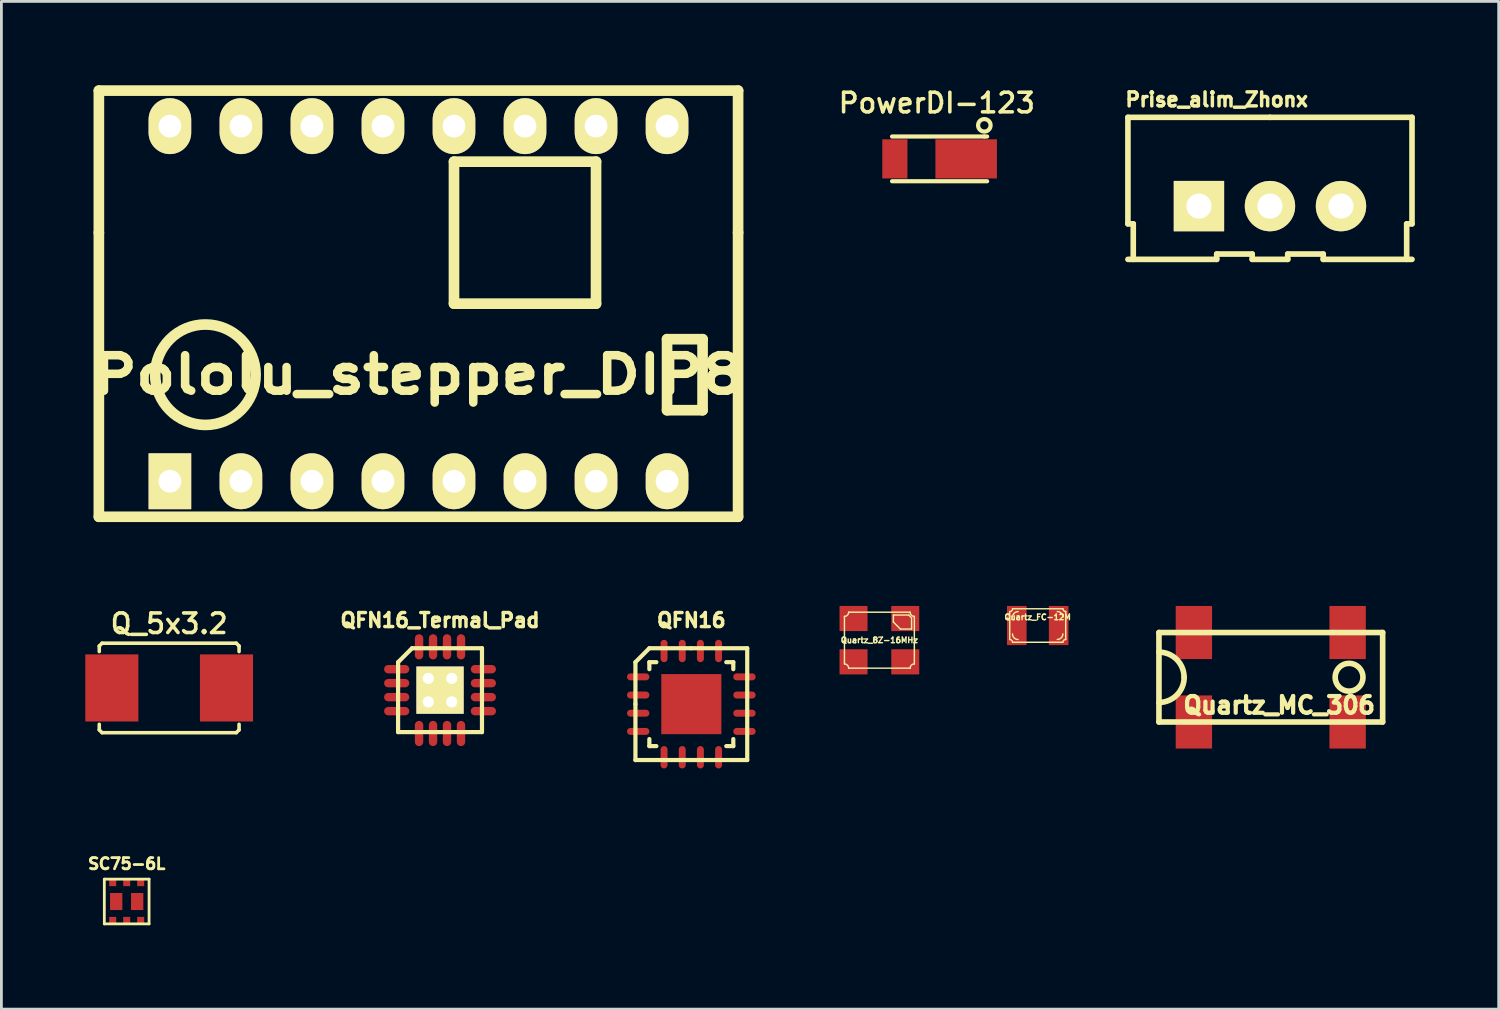
<source format=kicad_pcb>
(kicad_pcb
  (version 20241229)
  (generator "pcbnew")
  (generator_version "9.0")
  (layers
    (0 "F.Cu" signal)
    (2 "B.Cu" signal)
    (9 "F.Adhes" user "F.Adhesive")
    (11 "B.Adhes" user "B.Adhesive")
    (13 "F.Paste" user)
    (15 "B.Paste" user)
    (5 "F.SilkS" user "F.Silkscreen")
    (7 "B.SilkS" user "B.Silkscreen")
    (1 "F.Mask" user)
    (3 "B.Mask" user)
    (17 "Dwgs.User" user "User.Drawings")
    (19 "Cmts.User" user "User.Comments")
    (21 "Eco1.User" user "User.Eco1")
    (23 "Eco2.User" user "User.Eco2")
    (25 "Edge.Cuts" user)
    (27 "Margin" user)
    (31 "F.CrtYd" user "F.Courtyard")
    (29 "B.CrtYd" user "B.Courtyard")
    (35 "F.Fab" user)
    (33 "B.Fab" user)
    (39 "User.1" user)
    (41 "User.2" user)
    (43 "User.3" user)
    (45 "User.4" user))
  (footprint "Quartz_FC-12M"
    (layer "F.Cu")
    (at 34.062 19.321)
    (property "Reference" "Quartz_FC-12M" (at 0 -0.3 0) (layer "F.SilkS") (effects (font (size 0.201 0.201) (thickness 0.051))))
    (attr through_hole)
    (fp_line (start -1.001 0.5) (end -1.001 -0.5) (stroke (width 0.051) (type solid)) (layer "F.SilkS"))
    (fp_line (start -0.899 -0.599) (end 0.899 -0.599) (stroke (width 0.051) (type solid)) (layer "F.SilkS"))
    (fp_line (start 0.899 0.599) (end -0.899 0.599) (stroke (width 0.051) (type solid)) (layer "F.SilkS"))
    (fp_line (start 1.001 -0.5) (end 1.001 0.5) (stroke (width 0.051) (type solid)) (layer "F.SilkS"))
    (fp_arc (start -1.00076 0.50038) (mid -0.930714 0.529394) (end -0.9017 0.59944) (stroke (width 0.0508) (type solid)) (layer "F.SilkS"))
    (fp_arc (start -0.89916 -0.59944) (mid -0.928918 -0.527598) (end -1.00076 -0.49784) (stroke (width 0.0508) (type solid)) (layer "F.SilkS"))
    (fp_arc (start -0.89916 -0.29972) (mid -0.841132 -0.439812) (end -0.70104 -0.49784) (stroke (width 0.0508) (type solid)) (layer "F.SilkS"))
    (fp_arc (start -0.70104 0.50038) (mid -0.842928 0.441608) (end -0.9017 0.29972) (stroke (width 0.0508) (type solid)) (layer "F.SilkS"))
    (fp_arc (start 0.70104 -0.50038) (mid 0.842928 -0.441608) (end 0.9017 -0.29972) (stroke (width 0.0508) (type solid)) (layer "F.SilkS"))
    (fp_arc (start 0.89916 0.29972) (mid 0.841132 0.439812) (end 0.70104 0.49784) (stroke (width 0.0508) (type solid)) (layer "F.SilkS"))
    (fp_arc (start 0.89916 0.59944) (mid 0.928918 0.527598) (end 1.00076 0.49784) (stroke (width 0.0508) (type solid)) (layer "F.SilkS"))
    (fp_arc (start 1.00076 -0.50038) (mid 0.930714 -0.529394) (end 0.9017 -0.59944) (stroke (width 0.0508) (type solid)) (layer "F.SilkS"))
    (pad "1" smd rect (at -0.749 0) (size 0.701 1.4) (layers "F.Cu" "F.Mask" "F.Paste"))
    (pad "2" smd rect (at 0.749 0) (size 0.701 1.4) (layers "F.Cu" "F.Mask" "F.Paste")))
  (footprint "QFN16_Termal_Pad"
    (layer "F.Cu")
    (at 12.687 21.632)
    (property "Reference" "QFN16_Termal_Pad" (at 0 -2.5 0) (layer "F.SilkS") (effects (font (size 0.5 0.5) (thickness 0.124))))
    (attr through_hole)
    (fp_line (start -1.5 -1) (end -1.5 1.5) (stroke (width 0.15) (type solid)) (layer "F.SilkS"))
    (fp_line (start -1.5 1.5) (end 1.5 1.5) (stroke (width 0.15) (type solid)) (layer "F.SilkS"))
    (fp_line (start -1 -1.5) (end -1.5 -1) (stroke (width 0.15) (type solid)) (layer "F.SilkS"))
    (fp_line (start 1.5 -1.5) (end -1 -1.5) (stroke (width 0.15) (type solid)) (layer "F.SilkS"))
    (fp_line (start 1.5 1.5) (end 1.5 -1.5) (stroke (width 0.15) (type solid)) (layer "F.SilkS"))
    (pad "1" smd oval (at -1.55 -0.75) (size 0.9 0.3) (layers "F.Cu" "F.Mask" "F.Paste"))
    (pad "2" smd oval (at -1.55 -0.25) (size 0.9 0.3) (layers "F.Cu" "F.Mask" "F.Paste"))
    (pad "3" smd oval (at -1.55 0.25) (size 0.9 0.3) (layers "F.Cu" "F.Mask" "F.Paste"))
    (pad "4" smd oval (at -1.55 0.75) (size 0.9 0.3) (layers "F.Cu" "F.Mask" "F.Paste"))
    (pad "5" smd oval (at -0.75 1.55 90) (size 0.9 0.3) (layers "F.Cu" "F.Mask" "F.Paste"))
    (pad "6" smd oval (at -0.25 1.55 90) (size 0.9 0.3) (layers "F.Cu" "F.Mask" "F.Paste"))
    (pad "7" smd oval (at 0.25 1.55 90) (size 0.9 0.3) (layers "F.Cu" "F.Mask" "F.Paste"))
    (pad "8" smd oval (at 0.75 1.55 90) (size 0.9 0.3) (layers "F.Cu" "F.Mask" "F.Paste"))
    (pad "9" smd oval (at 1.55 0.75 180) (size 0.9 0.3) (layers "F.Cu" "F.Mask" "F.Paste"))
    (pad "10" smd oval (at 1.55 0.25 180) (size 0.9 0.3) (layers "F.Cu" "F.Mask" "F.Paste"))
    (pad "11" smd oval (at 1.55 -0.25 180) (size 0.9 0.3) (layers "F.Cu" "F.Mask" "F.Paste"))
    (pad "12" smd oval (at 1.55 -0.75 180) (size 0.9 0.3) (layers "F.Cu" "F.Mask" "F.Paste"))
    (pad "13" smd oval (at 0.75 -1.55 270) (size 0.9 0.3) (layers "F.Cu" "F.Mask" "F.Paste"))
    (pad "14" smd oval (at 0.25 -1.55 270) (size 0.9 0.3) (layers "F.Cu" "F.Mask" "F.Paste"))
    (pad "15" smd oval (at -0.25 -1.55 270) (size 0.9 0.3) (layers "F.Cu" "F.Mask" "F.Paste"))
    (pad "16" smd oval (at -0.75 -1.55 270) (size 0.9 0.3) (layers "F.Cu" "F.Mask" "F.Paste"))
    (pad "17" thru_hole rect (at -0.42 -0.42 270) (size 0.85 0.85) (drill 0.4) (layers "*.Cu" "*.Mask" "F.SilkS"))
    (pad "17" thru_hole rect (at -0.42 0.42 270) (size 0.85 0.85) (drill 0.4) (layers "*.Cu" "*.Mask" "F.SilkS"))
    (pad "17" thru_hole rect (at 0.42 -0.42 270) (size 0.85 0.85) (drill 0.4) (layers "*.Cu" "*.Mask" "F.SilkS"))
    (pad "17" thru_hole rect (at 0.42 0.42 270) (size 0.85 0.85) (drill 0.4) (layers "*.Cu" "*.Mask" "F.SilkS")))
  (footprint "SC75-6L"
    (layer "F.Cu")
    (at 1.481 29.191)
    (property "Reference" "SC75-6L" (at 0 -1.35 0) (layer "F.SilkS") (effects (font (size 0.4 0.4) (thickness 0.1))))
    (attr through_hole)
    (fp_line (start -0.8 -0.8) (end 0.8 -0.8) (stroke (width 0.1) (type solid)) (layer "F.SilkS"))
    (fp_line (start -0.8 0.8) (end -0.8 -0.8) (stroke (width 0.1) (type solid)) (layer "F.SilkS"))
    (fp_line (start 0.8 -0.8) (end 0.8 0.8) (stroke (width 0.1) (type solid)) (layer "F.SilkS"))
    (fp_line (start 0.8 0.8) (end -0.8 0.8) (stroke (width 0.1) (type solid)) (layer "F.SilkS"))
    (pad "1" smd rect (at -0.5 0.675) (size 0.25 0.25) (layers "F.Cu" "F.Mask" "F.Paste"))
    (pad "2" smd rect (at 0 0.675) (size 0.25 0.25) (layers "F.Cu" "F.Mask" "F.Paste"))
    (pad "3" smd rect (at 0.375 0) (size 0.44 0.61) (layers "F.Cu" "F.Mask" "F.Paste"))
    (pad "3" smd rect (at 0.5 0.675) (size 0.25 0.25) (layers "F.Cu" "F.Mask" "F.Paste"))
    (pad "4" smd rect (at 0.5 -0.675) (size 0.25 0.25) (layers "F.Cu" "F.Mask" "F.Paste"))
    (pad "5" smd rect (at 0 -0.675) (size 0.25 0.25) (layers "F.Cu" "F.Mask" "F.Paste"))
    (pad "6" smd rect (at -0.5 -0.675) (size 0.25 0.25) (layers "F.Cu" "F.Mask" "F.Paste"))
    (pad "6" smd rect (at -0.375 0) (size 0.44 0.61) (layers "F.Cu" "F.Mask" "F.Paste")))
  (footprint "PowerDI-123"
    (layer "F.Cu")
    (at 30.653 2.632)
    (property "Reference" "PowerDI-123" (at -0.2 -2 0) (layer "F.SilkS") (effects (font (size 0.7 0.7) (thickness 0.127))))
    (attr through_hole)
    (fp_line (start -1.8 -0.8) (end 1.5 -0.8) (stroke (width 0.15) (type solid)) (layer "F.SilkS"))
    (fp_line (start 1.5 -0.8) (end 1.6 -0.8) (stroke (width 0.15) (type solid)) (layer "F.SilkS"))
    (fp_line (start 1.6 0.8) (end -1.8 0.8) (stroke (width 0.15) (type solid)) (layer "F.SilkS"))
    (fp_circle (center 1.5 -1.2) (end 1.6 -1.4) (stroke (width 0.15) (type solid)) (fill no) (layer "F.SilkS"))
    (pad "1" smd rect (at -1.7 0) (size 0.9 1.4) (layers "F.Cu" "F.Mask" "F.Paste"))
    (pad "2" smd rect (at 0.85 0) (size 2.2 1.4) (layers "F.Cu" "F.Mask" "F.Paste")))
  (footprint "Quartz_8Z-16MHz"
    (layer "F.Cu")
    (at 28.4 19.845)
    (property "Reference" "Quartz_8Z-16MHz" (at 0 0 0) (layer "F.SilkS") (effects (font (size 0.201 0.201) (thickness 0.051))))
    (attr through_hole)
    (fp_line (start -1.25 0.851) (end -1.25 -0.851) (stroke (width 0.051) (type solid)) (layer "F.SilkS"))
    (fp_line (start -1.1 -1.001) (end 1.1 -1.001) (stroke (width 0.051) (type solid)) (layer "F.SilkS"))
    (fp_line (start 0.5 -0.899) (end 0.5 -0.65) (stroke (width 0.051) (type solid)) (layer "F.SilkS"))
    (fp_line (start 0.5 -0.65) (end 0.749 -0.399) (stroke (width 0.051) (type solid)) (layer "F.SilkS"))
    (fp_line (start 0.749 -0.399) (end 1.151 -0.399) (stroke (width 0.051) (type solid)) (layer "F.SilkS"))
    (fp_line (start 1.049 -0.899) (end 0.5 -0.899) (stroke (width 0.051) (type solid)) (layer "F.SilkS"))
    (fp_line (start 1.1 1.001) (end -1.1 1.001) (stroke (width 0.051) (type solid)) (layer "F.SilkS"))
    (fp_line (start 1.151 -0.8) (end 1.049 -0.899) (stroke (width 0.051) (type solid)) (layer "F.SilkS"))
    (fp_line (start 1.151 -0.399) (end 1.151 -0.8) (stroke (width 0.051) (type solid)) (layer "F.SilkS"))
    (fp_line (start 1.25 -0.851) (end 1.25 0.851) (stroke (width 0.051) (type solid)) (layer "F.SilkS"))
    (fp_arc (start -1.24968 0.8509) (mid -1.143713 0.894793) (end -1.09982 1.00076) (stroke (width 0.0508) (type solid)) (layer "F.SilkS"))
    (fp_arc (start -1.09982 -1.00076) (mid -1.143713 -0.894793) (end -1.24968 -0.8509) (stroke (width 0.0508) (type solid)) (layer "F.SilkS"))
    (fp_arc (start 1.09982 1.00076) (mid 1.143713 0.894793) (end 1.24968 0.8509) (stroke (width 0.0508) (type solid)) (layer "F.SilkS"))
    (fp_arc (start 1.24968 -0.8509) (mid 1.143713 -0.894793) (end 1.09982 -1.00076) (stroke (width 0.0508) (type solid)) (layer "F.SilkS"))
    (pad "1" smd rect (at -0.925 0.775) (size 1.001 0.899) (layers "F.Cu" "F.Mask" "F.Paste"))
    (pad "2" smd rect (at 0.925 0.775) (size 1.001 0.899) (layers "F.Cu" "F.Mask" "F.Paste"))
    (pad "3" smd rect (at 0.925 -0.775) (size 1.001 0.899) (layers "F.Cu" "F.Mask" "F.Paste"))
    (pad "4" smd rect (at -0.925 -0.775) (size 1.001 0.899) (layers "F.Cu" "F.Mask" "F.Paste")))
  (footprint "Prise_alim_Zhonx"
    (layer "F.Cu")
    (at 42.368 4.321)
    (property "Reference" "Prise_alim_Zhonx" (at -1.905 -3.81 0) (layer "F.SilkS") (effects (font (size 0.5 0.5) (thickness 0.124))))
    (attr through_hole)
    (fp_line (start -5.08 -3.175) (end 0 -3.175) (stroke (width 0.201) (type solid)) (layer "F.SilkS"))
    (fp_line (start -5.08 0.635) (end -5.08 -3.175) (stroke (width 0.201) (type solid)) (layer "F.SilkS"))
    (fp_line (start -5.08 0.635) (end -4.889 0.635) (stroke (width 0.201) (type solid)) (layer "F.SilkS"))
    (fp_line (start -5.08 1.905) (end -1.905 1.905) (stroke (width 0.201) (type solid)) (layer "F.SilkS"))
    (fp_line (start -4.889 0.635) (end -4.889 1.905) (stroke (width 0.201) (type solid)) (layer "F.SilkS"))
    (fp_line (start -1.905 1.714) (end -0.635 1.714) (stroke (width 0.201) (type solid)) (layer "F.SilkS"))
    (fp_line (start -1.905 1.905) (end -1.905 1.714) (stroke (width 0.201) (type solid)) (layer "F.SilkS"))
    (fp_line (start -0.635 1.714) (end -0.635 1.905) (stroke (width 0.201) (type solid)) (layer "F.SilkS"))
    (fp_line (start -0.635 1.905) (end 0.635 1.905) (stroke (width 0.201) (type solid)) (layer "F.SilkS"))
    (fp_line (start 0 -3.175) (end 5.08 -3.175) (stroke (width 0.201) (type solid)) (layer "F.SilkS"))
    (fp_line (start 0.635 1.714) (end 1.905 1.714) (stroke (width 0.201) (type solid)) (layer "F.SilkS"))
    (fp_line (start 0.635 1.905) (end 0.635 1.714) (stroke (width 0.201) (type solid)) (layer "F.SilkS"))
    (fp_line (start 1.905 1.714) (end 1.905 1.905) (stroke (width 0.201) (type solid)) (layer "F.SilkS"))
    (fp_line (start 1.905 1.905) (end 5.08 1.905) (stroke (width 0.201) (type solid)) (layer "F.SilkS"))
    (fp_line (start 4.889 0.635) (end 4.889 1.905) (stroke (width 0.201) (type solid)) (layer "F.SilkS"))
    (fp_line (start 5.08 0.635) (end 4.889 0.635) (stroke (width 0.201) (type solid)) (layer "F.SilkS"))
    (fp_line (start 5.08 0.635) (end 5.08 -3.175) (stroke (width 0.201) (type solid)) (layer "F.SilkS"))
    (pad "1" thru_hole rect (at -2.54 0) (size 1.801 1.801) (drill 0.899) (layers "*.Cu" "*.Mask" "F.SilkS"))
    (pad "2" thru_hole circle (at 0 0) (size 1.801 1.801) (drill 0.899) (layers "*.Cu" "*.Mask" "F.SilkS"))
    (pad "3" thru_hole circle (at 2.54 0) (size 1.801 1.801) (drill 0.899) (layers "*.Cu" "*.Mask" "F.SilkS")))
  (footprint "Q_5x3.2"
    (layer "F.Cu")
    (at 3 21.553)
    (property "Reference" "Q_5x3.2" (at 0 -2.3 0) (layer "F.SilkS") (effects (font (size 0.7 0.7) (thickness 0.127))))
    (attr through_hole)
    (fp_line (start -2.5 -1.5) (end -2.4 -1.6) (stroke (width 0.127) (type solid)) (layer "F.SilkS"))
    (fp_line (start -2.5 -1.3) (end -2.5 -1.5) (stroke (width 0.127) (type solid)) (layer "F.SilkS"))
    (fp_line (start -2.5 1.5) (end -2.5 1.3) (stroke (width 0.127) (type solid)) (layer "F.SilkS"))
    (fp_line (start -2.4 -1.6) (end 2.4 -1.6) (stroke (width 0.127) (type solid)) (layer "F.SilkS"))
    (fp_line (start -2.4 1.6) (end -2.5 1.5) (stroke (width 0.127) (type solid)) (layer "F.SilkS"))
    (fp_line (start 2.4 -1.6) (end 2.5 -1.5) (stroke (width 0.127) (type solid)) (layer "F.SilkS"))
    (fp_line (start 2.4 1.6) (end -2.4 1.6) (stroke (width 0.127) (type solid)) (layer "F.SilkS"))
    (fp_line (start 2.5 -1.5) (end 2.5 -1.3) (stroke (width 0.127) (type solid)) (layer "F.SilkS"))
    (fp_line (start 2.5 1.3) (end 2.5 1.5) (stroke (width 0.127) (type solid)) (layer "F.SilkS"))
    (fp_line (start 2.5 1.5) (end 2.4 1.6) (stroke (width 0.127) (type solid)) (layer "F.SilkS"))
    (pad "1" smd rect (at -2.05 0) (size 1.9 2.4) (layers "F.Cu" "F.Mask" "F.Paste"))
    (pad "2" smd rect (at 2.05 0) (size 1.9 2.4) (layers "F.Cu" "F.Mask" "F.Paste")))
  (footprint "QFN16"
    (layer "F.Cu")
    (at 21.674 22.132)
    (property "Reference" "QFN16" (at 0 -3 0) (layer "F.SilkS") (effects (font (size 0.5 0.5) (thickness 0.124))))
    (attr through_hole)
    (fp_line (start -1.999 -1.501) (end -1.501 -1.999) (stroke (width 0.15) (type solid)) (layer "F.SilkS"))
    (fp_line (start -1.999 0) (end -1.999 -1.501) (stroke (width 0.15) (type solid)) (layer "F.SilkS"))
    (fp_line (start -1.999 1.999) (end -1.999 0) (stroke (width 0.15) (type solid)) (layer "F.SilkS"))
    (fp_line (start -1.501 -1.999) (end 0 -1.999) (stroke (width 0.15) (type solid)) (layer "F.SilkS"))
    (fp_line (start -1.501 -1.501) (end -1.25 -1.501) (stroke (width 0.15) (type solid)) (layer "F.SilkS"))
    (fp_line (start -1.501 -1.25) (end -1.501 -1.501) (stroke (width 0.15) (type solid)) (layer "F.SilkS"))
    (fp_line (start -1.501 1.25) (end -1.501 1.501) (stroke (width 0.15) (type solid)) (layer "F.SilkS"))
    (fp_line (start -1.501 1.501) (end -1.25 1.501) (stroke (width 0.15) (type solid)) (layer "F.SilkS"))
    (fp_line (start 0 -1.999) (end 1.999 -1.999) (stroke (width 0.15) (type solid)) (layer "F.SilkS"))
    (fp_line (start 1.25 1.501) (end 1.501 1.501) (stroke (width 0.15) (type solid)) (layer "F.SilkS"))
    (fp_line (start 1.501 -1.501) (end 1.25 -1.501) (stroke (width 0.15) (type solid)) (layer "F.SilkS"))
    (fp_line (start 1.501 -1.25) (end 1.501 -1.501) (stroke (width 0.15) (type solid)) (layer "F.SilkS"))
    (fp_line (start 1.501 1.501) (end 1.501 1.25) (stroke (width 0.15) (type solid)) (layer "F.SilkS"))
    (fp_line (start 1.999 -1.999) (end 1.999 1.999) (stroke (width 0.15) (type solid)) (layer "F.SilkS"))
    (fp_line (start 1.999 1.999) (end -1.999 1.999) (stroke (width 0.15) (type solid)) (layer "F.SilkS"))
    (pad "1" smd oval (at -1.9 -0.975) (size 0.8 0.249) (layers "F.Cu" "F.Mask" "F.Paste"))
    (pad "2" smd oval (at -1.9 -0.325) (size 0.8 0.249) (layers "F.Cu" "F.Mask" "F.Paste"))
    (pad "3" smd oval (at -1.9 0.325) (size 0.8 0.249) (layers "F.Cu" "F.Mask" "F.Paste"))
    (pad "4" smd oval (at -1.9 0.975) (size 0.8 0.249) (layers "F.Cu" "F.Mask" "F.Paste"))
    (pad "5" smd oval (at -0.975 1.9 90) (size 0.8 0.249) (layers "F.Cu" "F.Mask" "F.Paste"))
    (pad "6" smd oval (at -0.325 1.9 90) (size 0.8 0.249) (layers "F.Cu" "F.Mask" "F.Paste"))
    (pad "7" smd oval (at 0.325 1.9 90) (size 0.8 0.249) (layers "F.Cu" "F.Mask" "F.Paste"))
    (pad "8" smd oval (at 0.975 1.9 90) (size 0.8 0.249) (layers "F.Cu" "F.Mask" "F.Paste"))
    (pad "9" smd oval (at 1.9 0.975 180) (size 0.8 0.249) (layers "F.Cu" "F.Mask" "F.Paste"))
    (pad "10" smd oval (at 1.9 0.325 180) (size 0.8 0.249) (layers "F.Cu" "F.Mask" "F.Paste"))
    (pad "11" smd oval (at 1.9 -0.325 180) (size 0.8 0.249) (layers "F.Cu" "F.Mask" "F.Paste"))
    (pad "12" smd oval (at 1.9 -0.975 180) (size 0.8 0.249) (layers "F.Cu" "F.Mask" "F.Paste"))
    (pad "13" smd oval (at 0.975 -1.9 270) (size 0.8 0.249) (layers "F.Cu" "F.Mask" "F.Paste"))
    (pad "14" smd oval (at 0.325 -1.9 270) (size 0.8 0.249) (layers "F.Cu" "F.Mask" "F.Paste"))
    (pad "15" smd oval (at -0.325 -1.9 270) (size 0.8 0.249) (layers "F.Cu" "F.Mask" "F.Paste"))
    (pad "16" smd oval (at -0.975 -1.9 270) (size 0.8 0.249) (layers "F.Cu" "F.Mask" "F.Paste"))
    (pad "17" smd rect (at 0 0 270) (size 2.149 2.149) (layers "F.Cu" "F.Mask" "F.Paste")))
  (footprint "Pololu_stepper_DIP8"
    (layer "F.Cu")
    (at 11.916 10.351)
    (property "Reference" "Pololu_stepper_DIP8" (at 0 0 0) (layer "F.SilkS") (effects (font (size 1.27 1.524) (thickness 0.305))))
    (attr through_hole)
    (fp_line (start -11.43 -10.16) (end 11.43 -10.16) (stroke (width 0.381) (type solid)) (layer "F.SilkS"))
    (fp_line (start -11.43 -5.08) (end -11.43 -10.16) (stroke (width 0.381) (type solid)) (layer "F.SilkS"))
    (fp_line (start -11.43 -5.08) (end -11.43 5.08) (stroke (width 0.381) (type solid)) (layer "F.SilkS"))
    (fp_line (start -11.43 5.08) (end 11.43 5.08) (stroke (width 0.381) (type solid)) (layer "F.SilkS"))
    (fp_line (start 1.27 -7.62) (end 1.27 -2.54) (stroke (width 0.381) (type solid)) (layer "F.SilkS"))
    (fp_line (start 1.27 -2.54) (end 6.35 -2.54) (stroke (width 0.381) (type solid)) (layer "F.SilkS"))
    (fp_line (start 6.35 -7.62) (end 1.27 -7.62) (stroke (width 0.381) (type solid)) (layer "F.SilkS"))
    (fp_line (start 6.35 -2.54) (end 6.35 -7.62) (stroke (width 0.381) (type solid)) (layer "F.SilkS"))
    (fp_line (start 8.89 -1.27) (end 8.89 1.27) (stroke (width 0.381) (type solid)) (layer "F.SilkS"))
    (fp_line (start 8.89 1.27) (end 10.16 1.27) (stroke (width 0.381) (type solid)) (layer "F.SilkS"))
    (fp_line (start 10.16 -1.27) (end 8.89 -1.27) (stroke (width 0.381) (type solid)) (layer "F.SilkS"))
    (fp_line (start 10.16 1.27) (end 10.16 -1.27) (stroke (width 0.381) (type solid)) (layer "F.SilkS"))
    (fp_line (start 11.43 -10.16) (end 11.43 -5.08) (stroke (width 0.381) (type solid)) (layer "F.SilkS"))
    (fp_line (start 11.43 5.08) (end 11.43 -5.08) (stroke (width 0.381) (type solid)) (layer "F.SilkS"))
    (fp_circle (center -7.62 0) (end -6.35 -1.27) (stroke (width 0.381) (type solid)) (fill no) (layer "F.SilkS"))
    (pad "1" thru_hole rect (at -8.89 3.81) (size 1.524 1.999) (drill 0.813) (layers "*.Cu" "*.Mask" "F.SilkS"))
    (pad "2" thru_hole oval (at -6.35 3.81) (size 1.524 1.999) (drill 0.813) (layers "*.Cu" "*.Mask" "F.SilkS"))
    (pad "3" thru_hole oval (at -3.81 3.81) (size 1.524 1.999) (drill 0.813) (layers "*.Cu" "*.Mask" "F.SilkS"))
    (pad "4" thru_hole oval (at -1.27 3.81) (size 1.524 1.999) (drill 0.813) (layers "*.Cu" "*.Mask" "F.SilkS"))
    (pad "5" thru_hole oval (at 1.27 3.81) (size 1.524 1.999) (drill 0.813) (layers "*.Cu" "*.Mask" "F.SilkS"))
    (pad "6" thru_hole oval (at 3.81 3.81) (size 1.524 1.999) (drill 0.813) (layers "*.Cu" "*.Mask" "F.SilkS"))
    (pad "7" thru_hole oval (at 6.35 3.81) (size 1.524 1.999) (drill 0.813) (layers "*.Cu" "*.Mask" "F.SilkS"))
    (pad "8" thru_hole oval (at 8.89 3.81) (size 1.524 1.999) (drill 0.813) (layers "*.Cu" "*.Mask" "F.SilkS"))
    (pad "9" thru_hole oval (at 8.89 -8.89) (size 1.524 1.999) (drill 0.813) (layers "*.Cu" "*.Mask" "F.SilkS"))
    (pad "10" thru_hole oval (at 6.35 -8.89) (size 1.524 1.999) (drill 0.813) (layers "*.Cu" "*.Mask" "F.SilkS"))
    (pad "11" thru_hole oval (at 3.81 -8.89) (size 1.524 1.999) (drill 0.813) (layers "*.Cu" "*.Mask" "F.SilkS"))
    (pad "12" thru_hole oval (at 1.27 -8.89) (size 1.524 1.999) (drill 0.813) (layers "*.Cu" "*.Mask" "F.SilkS"))
    (pad "13" thru_hole oval (at -1.27 -8.89) (size 1.524 1.999) (drill 0.813) (layers "*.Cu" "*.Mask" "F.SilkS"))
    (pad "14" thru_hole oval (at -3.81 -8.89) (size 1.524 1.999) (drill 0.813) (layers "*.Cu" "*.Mask" "F.SilkS"))
    (pad "15" thru_hole oval (at -6.35 -8.89) (size 1.524 1.999) (drill 0.813) (layers "*.Cu" "*.Mask" "F.SilkS"))
    (pad "16" thru_hole oval (at -8.89 -8.89) (size 1.524 1.999) (drill 0.813) (layers "*.Cu" "*.Mask" "F.SilkS")))
  (footprint "Quartz_MC_306"
    (layer "F.Cu")
    (at 42.398 21.171)
    (property "Reference" "Quartz_MC_306" (at 0.3 1.001 0) (layer "F.SilkS") (effects (font (size 0.599 0.599) (thickness 0.15))))
    (attr through_hole)
    (fp_line (start -4 -1.6) (end 4 -1.6) (stroke (width 0.201) (type solid)) (layer "F.SilkS"))
    (fp_line (start -4 1.6) (end -4 -1.6) (stroke (width 0.201) (type solid)) (layer "F.SilkS"))
    (fp_line (start 4 -1.6) (end 4 1.6) (stroke (width 0.201) (type solid)) (layer "F.SilkS"))
    (fp_line (start 4 1.6) (end -4 1.6) (stroke (width 0.201) (type solid)) (layer "F.SilkS"))
    (fp_arc (start -4.0005 -0.89916) (mid -3.364698 -0.635802) (end -3.10134 0) (stroke (width 0.20066) (type solid)) (layer "F.SilkS"))
    (fp_arc (start -3.0988 0) (mid -3.362902 0.637598) (end -4.0005 0.9017) (stroke (width 0.20066) (type solid)) (layer "F.SilkS"))
    (fp_circle (center 2.799 0) (end 2.301 0) (stroke (width 0.201) (type solid)) (fill no) (layer "F.SilkS"))
    (pad "1" smd rect (at -2.751 1.6) (size 1.3 1.9) (layers "F.Cu" "F.Mask" "F.Paste"))
    (pad "2" smd rect (at 2.748 1.6) (size 1.3 1.9) (layers "F.Cu" "F.Mask" "F.Paste"))
    (pad "3" smd rect (at 2.748 -1.6) (size 1.3 1.9) (layers "F.Cu" "F.Mask" "F.Paste"))
    (pad "4" smd rect (at -2.751 -1.6) (size 1.3 1.9) (layers "F.Cu" "F.Mask" "F.Paste")))
  (gr_rect
    (start -3 -3)
    (end 50.548 33.041)
    (stroke (width 0.1) (type default))
    (fill no)
    (layer "Edge.Cuts")))
</source>
